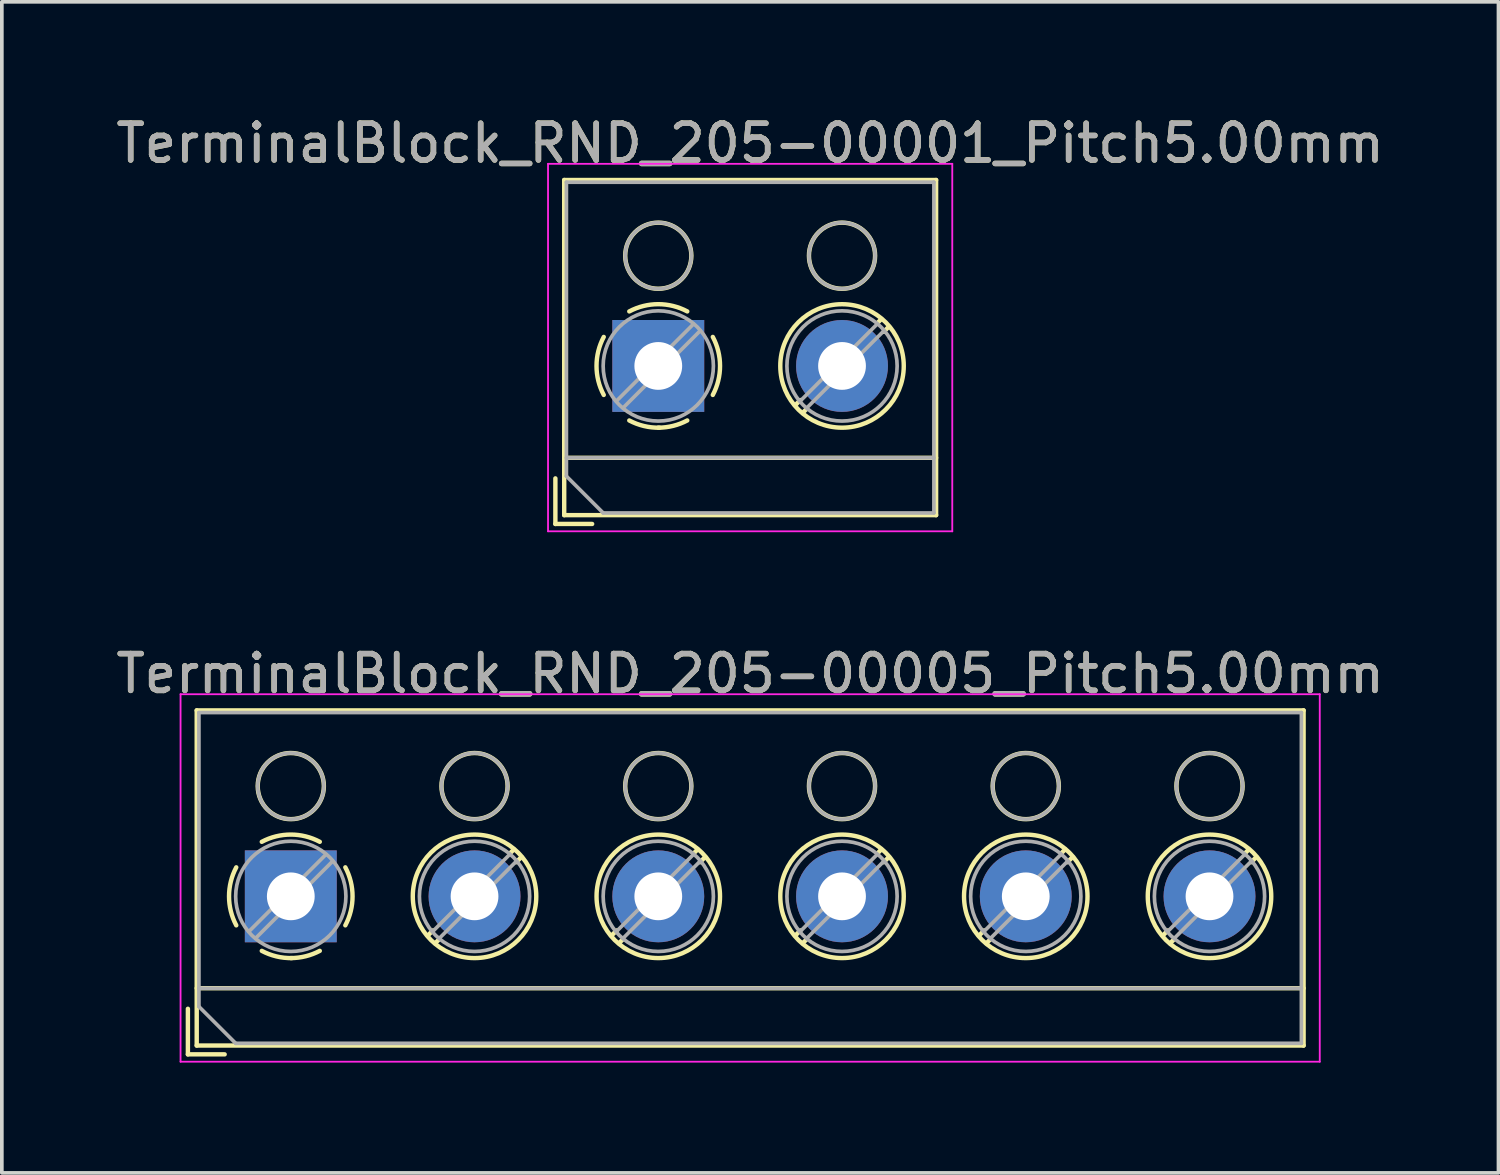
<source format=kicad_pcb>
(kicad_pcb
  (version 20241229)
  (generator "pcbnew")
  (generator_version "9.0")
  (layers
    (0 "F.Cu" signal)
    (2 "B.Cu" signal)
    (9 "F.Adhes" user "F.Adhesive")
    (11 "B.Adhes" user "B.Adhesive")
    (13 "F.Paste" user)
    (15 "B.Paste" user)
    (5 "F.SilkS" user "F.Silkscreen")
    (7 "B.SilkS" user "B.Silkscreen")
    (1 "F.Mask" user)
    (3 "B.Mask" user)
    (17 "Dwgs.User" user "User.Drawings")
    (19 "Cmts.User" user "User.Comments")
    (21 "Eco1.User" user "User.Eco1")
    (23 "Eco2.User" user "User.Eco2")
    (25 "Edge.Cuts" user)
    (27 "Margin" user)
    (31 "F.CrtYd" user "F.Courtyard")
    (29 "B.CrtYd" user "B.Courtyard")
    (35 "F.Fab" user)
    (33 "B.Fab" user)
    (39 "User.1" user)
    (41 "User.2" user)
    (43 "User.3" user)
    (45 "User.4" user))
  (footprint "TerminalBlock_RND_205-00001_Pitch5.00mm"
    (layer "F.Cu")
    (at 14.863 6.908)
    (property "Reference" "TerminalBlock_RND_205-00001_Pitch5.00mm" (at 2.5 -6.06 0) (layer "F.SilkS") (effects (font (size 1 1) (thickness 0.15))))
    (attr through_hole)
    (fp_line (start -2.8 3.06) (end -2.8 4.3) (stroke (width 0.12) (type solid)) (layer "F.SilkS"))
    (fp_line (start -2.8 4.3) (end -1.8 4.3) (stroke (width 0.12) (type solid)) (layer "F.SilkS"))
    (fp_line (start -2.56 -5.06) (end -2.56 4.06) (stroke (width 0.12) (type solid)) (layer "F.SilkS"))
    (fp_line (start -2.56 2.5) (end 7.56 2.5) (stroke (width 0.12) (type solid)) (layer "F.SilkS"))
    (fp_line (start -2.56 4.06) (end 7.56 4.06) (stroke (width 0.12) (type solid)) (layer "F.SilkS"))
    (fp_line (start 3.867 0.929) (end 3.726 1.069) (stroke (width 0.12) (type solid)) (layer "F.SilkS"))
    (fp_line (start 4.037 1.169) (end 3.931 1.274) (stroke (width 0.12) (type solid)) (layer "F.SilkS"))
    (fp_line (start 6.07 -1.275) (end 5.964 -1.169) (stroke (width 0.12) (type solid)) (layer "F.SilkS"))
    (fp_line (start 6.275 -1.069) (end 6.134 -0.929) (stroke (width 0.12) (type solid)) (layer "F.SilkS"))
    (fp_line (start 7.56 -5.06) (end -2.56 -5.06) (stroke (width 0.12) (type solid)) (layer "F.SilkS"))
    (fp_line (start 7.56 4.06) (end 7.56 -5.06) (stroke (width 0.12) (type solid)) (layer "F.SilkS"))
    (fp_arc (start -1.483953 0.789089) (mid -1.680708 0.00005) (end -1.484 -0.789) (stroke (width 0.12) (type solid)) (layer "F.SilkS"))
    (fp_arc (start -0.789089 -1.483953) (mid -0.00005 -1.680708) (end 0.789 -1.484) (stroke (width 0.12) (type solid)) (layer "F.SilkS"))
    (fp_arc (start 0.029383 1.68045) (mid -0.392304 1.634281) (end -0.789 1.484) (stroke (width 0.12) (type solid)) (layer "F.SilkS"))
    (fp_arc (start 0.788712 1.483352) (mid 0.406429 1.630097) (end 0 1.68) (stroke (width 0.12) (type solid)) (layer "F.SilkS"))
    (fp_arc (start 1.483953 -0.789089) (mid 1.680708 -0.00005) (end 1.484 0.789) (stroke (width 0.12) (type solid)) (layer "F.SilkS"))
    (fp_circle (center 0 -3) (end 0.9 -3) (stroke (width 0.12) (type solid)) (fill no) (layer "F.SilkS"))
    (fp_circle (center 5 -3) (end 5.9 -3) (stroke (width 0.12) (type solid)) (fill no) (layer "F.SilkS"))
    (fp_circle (center 5 0) (end 6.68 0) (stroke (width 0.12) (type solid)) (fill no) (layer "F.SilkS"))
    (fp_line (start -3 -5.5) (end -3 4.5) (stroke (width 0.05) (type solid)) (layer "F.CrtYd"))
    (fp_line (start -3 4.5) (end 8 4.5) (stroke (width 0.05) (type solid)) (layer "F.CrtYd"))
    (fp_line (start 8 -5.5) (end -3 -5.5) (stroke (width 0.05) (type solid)) (layer "F.CrtYd"))
    (fp_line (start 8 4.5) (end 8 -5.5) (stroke (width 0.05) (type solid)) (layer "F.CrtYd"))
    (fp_line (start -2.5 -5) (end 7.5 -5) (stroke (width 0.1) (type solid)) (layer "F.Fab"))
    (fp_line (start -2.5 2.5) (end 7.5 2.5) (stroke (width 0.1) (type solid)) (layer "F.Fab"))
    (fp_line (start -2.5 3) (end -2.5 -5) (stroke (width 0.1) (type solid)) (layer "F.Fab"))
    (fp_line (start -1.5 4) (end -2.5 3) (stroke (width 0.1) (type solid)) (layer "F.Fab"))
    (fp_line (start 0.955 -1.138) (end -1.138 0.955) (stroke (width 0.1) (type solid)) (layer "F.Fab"))
    (fp_line (start 1.138 -0.955) (end -0.955 1.138) (stroke (width 0.1) (type solid)) (layer "F.Fab"))
    (fp_line (start 5.955 -1.138) (end 3.863 0.955) (stroke (width 0.1) (type solid)) (layer "F.Fab"))
    (fp_line (start 6.138 -0.955) (end 4.046 1.138) (stroke (width 0.1) (type solid)) (layer "F.Fab"))
    (fp_line (start 7.5 -5) (end 7.5 4) (stroke (width 0.1) (type solid)) (layer "F.Fab"))
    (fp_line (start 7.5 4) (end -1.5 4) (stroke (width 0.1) (type solid)) (layer "F.Fab"))
    (fp_circle (center 0 -3) (end 0.9 -3) (stroke (width 0.1) (type solid)) (fill no) (layer "F.Fab"))
    (fp_circle (center 0 0) (end 1.5 0) (stroke (width 0.1) (type solid)) (fill no) (layer "F.Fab"))
    (fp_circle (center 5 -3) (end 5.9 -3) (stroke (width 0.1) (type solid)) (fill no) (layer "F.Fab"))
    (fp_circle (center 5 0) (end 6.5 0) (stroke (width 0.1) (type solid)) (fill no) (layer "F.Fab"))
    (fp_text user "${REFERENCE}" (at 2.5 -6.06 0) (layer "F.Fab") (effects (font (size 1 1) (thickness 0.15))))
    (pad "1" thru_hole rect (at 0 0) (size 2.5 2.5) (drill 1.3) (layers "*.Cu" "*.Mask"))
    (pad "2" thru_hole oval (at 5 0) (size 2.5 2.5) (drill 1.3) (layers "*.Cu" "*.Mask")))
  (footprint "TerminalBlock_RND_205-00005_Pitch5.00mm"
    (layer "F.Cu")
    (at 4.863 21.341)
    (property "Reference" "TerminalBlock_RND_205-00005_Pitch5.00mm" (at 12.5 -6.06 0) (layer "F.SilkS") (effects (font (size 1 1) (thickness 0.15))))
    (attr through_hole)
    (fp_line (start -2.8 3.06) (end -2.8 4.3) (stroke (width 0.12) (type solid)) (layer "F.SilkS"))
    (fp_line (start -2.8 4.3) (end -1.8 4.3) (stroke (width 0.12) (type solid)) (layer "F.SilkS"))
    (fp_line (start -2.56 -5.06) (end -2.56 4.06) (stroke (width 0.12) (type solid)) (layer "F.SilkS"))
    (fp_line (start -2.56 2.5) (end 27.56 2.5) (stroke (width 0.12) (type solid)) (layer "F.SilkS"))
    (fp_line (start -2.56 4.06) (end 27.56 4.06) (stroke (width 0.12) (type solid)) (layer "F.SilkS"))
    (fp_line (start 3.867 0.929) (end 3.726 1.069) (stroke (width 0.12) (type solid)) (layer "F.SilkS"))
    (fp_line (start 4.037 1.169) (end 3.931 1.274) (stroke (width 0.12) (type solid)) (layer "F.SilkS"))
    (fp_line (start 6.07 -1.275) (end 5.964 -1.169) (stroke (width 0.12) (type solid)) (layer "F.SilkS"))
    (fp_line (start 6.275 -1.069) (end 6.134 -0.929) (stroke (width 0.12) (type solid)) (layer "F.SilkS"))
    (fp_line (start 8.867 0.929) (end 8.726 1.069) (stroke (width 0.12) (type solid)) (layer "F.SilkS"))
    (fp_line (start 9.037 1.169) (end 8.931 1.274) (stroke (width 0.12) (type solid)) (layer "F.SilkS"))
    (fp_line (start 11.07 -1.275) (end 10.964 -1.169) (stroke (width 0.12) (type solid)) (layer "F.SilkS"))
    (fp_line (start 11.275 -1.069) (end 11.134 -0.929) (stroke (width 0.12) (type solid)) (layer "F.SilkS"))
    (fp_line (start 13.867 0.929) (end 13.726 1.069) (stroke (width 0.12) (type solid)) (layer "F.SilkS"))
    (fp_line (start 14.037 1.169) (end 13.931 1.274) (stroke (width 0.12) (type solid)) (layer "F.SilkS"))
    (fp_line (start 16.07 -1.275) (end 15.964 -1.169) (stroke (width 0.12) (type solid)) (layer "F.SilkS"))
    (fp_line (start 16.275 -1.069) (end 16.134 -0.929) (stroke (width 0.12) (type solid)) (layer "F.SilkS"))
    (fp_line (start 18.867 0.929) (end 18.726 1.069) (stroke (width 0.12) (type solid)) (layer "F.SilkS"))
    (fp_line (start 19.037 1.169) (end 18.931 1.274) (stroke (width 0.12) (type solid)) (layer "F.SilkS"))
    (fp_line (start 21.07 -1.275) (end 20.964 -1.169) (stroke (width 0.12) (type solid)) (layer "F.SilkS"))
    (fp_line (start 21.275 -1.069) (end 21.134 -0.929) (stroke (width 0.12) (type solid)) (layer "F.SilkS"))
    (fp_line (start 23.867 0.929) (end 23.726 1.069) (stroke (width 0.12) (type solid)) (layer "F.SilkS"))
    (fp_line (start 24.037 1.169) (end 23.931 1.274) (stroke (width 0.12) (type solid)) (layer "F.SilkS"))
    (fp_line (start 26.07 -1.275) (end 25.964 -1.169) (stroke (width 0.12) (type solid)) (layer "F.SilkS"))
    (fp_line (start 26.275 -1.069) (end 26.134 -0.929) (stroke (width 0.12) (type solid)) (layer "F.SilkS"))
    (fp_line (start 27.56 -5.06) (end -2.56 -5.06) (stroke (width 0.12) (type solid)) (layer "F.SilkS"))
    (fp_line (start 27.56 4.06) (end 27.56 -5.06) (stroke (width 0.12) (type solid)) (layer "F.SilkS"))
    (fp_arc (start -1.483953 0.789089) (mid -1.680708 0.00005) (end -1.484 -0.789) (stroke (width 0.12) (type solid)) (layer "F.SilkS"))
    (fp_arc (start -0.789089 -1.483953) (mid -0.00005 -1.680708) (end 0.789 -1.484) (stroke (width 0.12) (type solid)) (layer "F.SilkS"))
    (fp_arc (start 0.029383 1.68045) (mid -0.392304 1.634281) (end -0.789 1.484) (stroke (width 0.12) (type solid)) (layer "F.SilkS"))
    (fp_arc (start 0.788712 1.483352) (mid 0.406429 1.630097) (end 0 1.68) (stroke (width 0.12) (type solid)) (layer "F.SilkS"))
    (fp_arc (start 1.483953 -0.789089) (mid 1.680708 -0.00005) (end 1.484 0.789) (stroke (width 0.12) (type solid)) (layer "F.SilkS"))
    (fp_circle (center 0 -3) (end 0.9 -3) (stroke (width 0.12) (type solid)) (fill no) (layer "F.SilkS"))
    (fp_circle (center 5 -3) (end 5.9 -3) (stroke (width 0.12) (type solid)) (fill no) (layer "F.SilkS"))
    (fp_circle (center 5 0) (end 6.68 0) (stroke (width 0.12) (type solid)) (fill no) (layer "F.SilkS"))
    (fp_circle (center 10 -3) (end 10.9 -3) (stroke (width 0.12) (type solid)) (fill no) (layer "F.SilkS"))
    (fp_circle (center 10 0) (end 11.68 0) (stroke (width 0.12) (type solid)) (fill no) (layer "F.SilkS"))
    (fp_circle (center 15 -3) (end 15.9 -3) (stroke (width 0.12) (type solid)) (fill no) (layer "F.SilkS"))
    (fp_circle (center 15 0) (end 16.68 0) (stroke (width 0.12) (type solid)) (fill no) (layer "F.SilkS"))
    (fp_circle (center 20 -3) (end 20.9 -3) (stroke (width 0.12) (type solid)) (fill no) (layer "F.SilkS"))
    (fp_circle (center 20 0) (end 21.68 0) (stroke (width 0.12) (type solid)) (fill no) (layer "F.SilkS"))
    (fp_circle (center 25 -3) (end 25.9 -3) (stroke (width 0.12) (type solid)) (fill no) (layer "F.SilkS"))
    (fp_circle (center 25 0) (end 26.68 0) (stroke (width 0.12) (type solid)) (fill no) (layer "F.SilkS"))
    (fp_line (start -3 -5.5) (end -3 4.5) (stroke (width 0.05) (type solid)) (layer "F.CrtYd"))
    (fp_line (start -3 4.5) (end 28 4.5) (stroke (width 0.05) (type solid)) (layer "F.CrtYd"))
    (fp_line (start 28 -5.5) (end -3 -5.5) (stroke (width 0.05) (type solid)) (layer "F.CrtYd"))
    (fp_line (start 28 4.5) (end 28 -5.5) (stroke (width 0.05) (type solid)) (layer "F.CrtYd"))
    (fp_line (start -2.5 -5) (end 27.5 -5) (stroke (width 0.1) (type solid)) (layer "F.Fab"))
    (fp_line (start -2.5 2.5) (end 27.5 2.5) (stroke (width 0.1) (type solid)) (layer "F.Fab"))
    (fp_line (start -2.5 3) (end -2.5 -5) (stroke (width 0.1) (type solid)) (layer "F.Fab"))
    (fp_line (start -1.5 4) (end -2.5 3) (stroke (width 0.1) (type solid)) (layer "F.Fab"))
    (fp_line (start 0.955 -1.138) (end -1.138 0.955) (stroke (width 0.1) (type solid)) (layer "F.Fab"))
    (fp_line (start 1.138 -0.955) (end -0.955 1.138) (stroke (width 0.1) (type solid)) (layer "F.Fab"))
    (fp_line (start 5.955 -1.138) (end 3.863 0.955) (stroke (width 0.1) (type solid)) (layer "F.Fab"))
    (fp_line (start 6.138 -0.955) (end 4.046 1.138) (stroke (width 0.1) (type solid)) (layer "F.Fab"))
    (fp_line (start 10.955 -1.138) (end 8.863 0.955) (stroke (width 0.1) (type solid)) (layer "F.Fab"))
    (fp_line (start 11.138 -0.955) (end 9.046 1.138) (stroke (width 0.1) (type solid)) (layer "F.Fab"))
    (fp_line (start 15.955 -1.138) (end 13.863 0.955) (stroke (width 0.1) (type solid)) (layer "F.Fab"))
    (fp_line (start 16.138 -0.955) (end 14.046 1.138) (stroke (width 0.1) (type solid)) (layer "F.Fab"))
    (fp_line (start 20.955 -1.138) (end 18.863 0.955) (stroke (width 0.1) (type solid)) (layer "F.Fab"))
    (fp_line (start 21.138 -0.955) (end 19.046 1.138) (stroke (width 0.1) (type solid)) (layer "F.Fab"))
    (fp_line (start 25.955 -1.138) (end 23.863 0.955) (stroke (width 0.1) (type solid)) (layer "F.Fab"))
    (fp_line (start 26.138 -0.955) (end 24.046 1.138) (stroke (width 0.1) (type solid)) (layer "F.Fab"))
    (fp_line (start 27.5 -5) (end 27.5 4) (stroke (width 0.1) (type solid)) (layer "F.Fab"))
    (fp_line (start 27.5 4) (end -1.5 4) (stroke (width 0.1) (type solid)) (layer "F.Fab"))
    (fp_circle (center 0 -3) (end 0.9 -3) (stroke (width 0.1) (type solid)) (fill no) (layer "F.Fab"))
    (fp_circle (center 0 0) (end 1.5 0) (stroke (width 0.1) (type solid)) (fill no) (layer "F.Fab"))
    (fp_circle (center 5 -3) (end 5.9 -3) (stroke (width 0.1) (type solid)) (fill no) (layer "F.Fab"))
    (fp_circle (center 5 0) (end 6.5 0) (stroke (width 0.1) (type solid)) (fill no) (layer "F.Fab"))
    (fp_circle (center 10 -3) (end 10.9 -3) (stroke (width 0.1) (type solid)) (fill no) (layer "F.Fab"))
    (fp_circle (center 10 0) (end 11.5 0) (stroke (width 0.1) (type solid)) (fill no) (layer "F.Fab"))
    (fp_circle (center 15 -3) (end 15.9 -3) (stroke (width 0.1) (type solid)) (fill no) (layer "F.Fab"))
    (fp_circle (center 15 0) (end 16.5 0) (stroke (width 0.1) (type solid)) (fill no) (layer "F.Fab"))
    (fp_circle (center 20 -3) (end 20.9 -3) (stroke (width 0.1) (type solid)) (fill no) (layer "F.Fab"))
    (fp_circle (center 20 0) (end 21.5 0) (stroke (width 0.1) (type solid)) (fill no) (layer "F.Fab"))
    (fp_circle (center 25 -3) (end 25.9 -3) (stroke (width 0.1) (type solid)) (fill no) (layer "F.Fab"))
    (fp_circle (center 25 0) (end 26.5 0) (stroke (width 0.1) (type solid)) (fill no) (layer "F.Fab"))
    (fp_text user "${REFERENCE}" (at 12.5 -6.06 0) (layer "F.Fab") (effects (font (size 1 1) (thickness 0.15))))
    (pad "1" thru_hole rect (at 0 0) (size 2.5 2.5) (drill 1.3) (layers "*.Cu" "*.Mask"))
    (pad "2" thru_hole oval (at 5 0) (size 2.5 2.5) (drill 1.3) (layers "*.Cu" "*.Mask"))
    (pad "3" thru_hole oval (at 10 0) (size 2.5 2.5) (drill 1.3) (layers "*.Cu" "*.Mask"))
    (pad "4" thru_hole oval (at 15 0) (size 2.5 2.5) (drill 1.3) (layers "*.Cu" "*.Mask"))
    (pad "5" thru_hole oval (at 20 0) (size 2.5 2.5) (drill 1.3) (layers "*.Cu" "*.Mask"))
    (pad "6" thru_hole oval (at 25 0) (size 2.5 2.5) (drill 1.3) (layers "*.Cu" "*.Mask")))
  (gr_rect
    (start -3 -3)
    (end 37.726 28.866)
    (stroke (width 0.1) (type default))
    (fill no)
    (layer "Edge.Cuts")))
</source>
